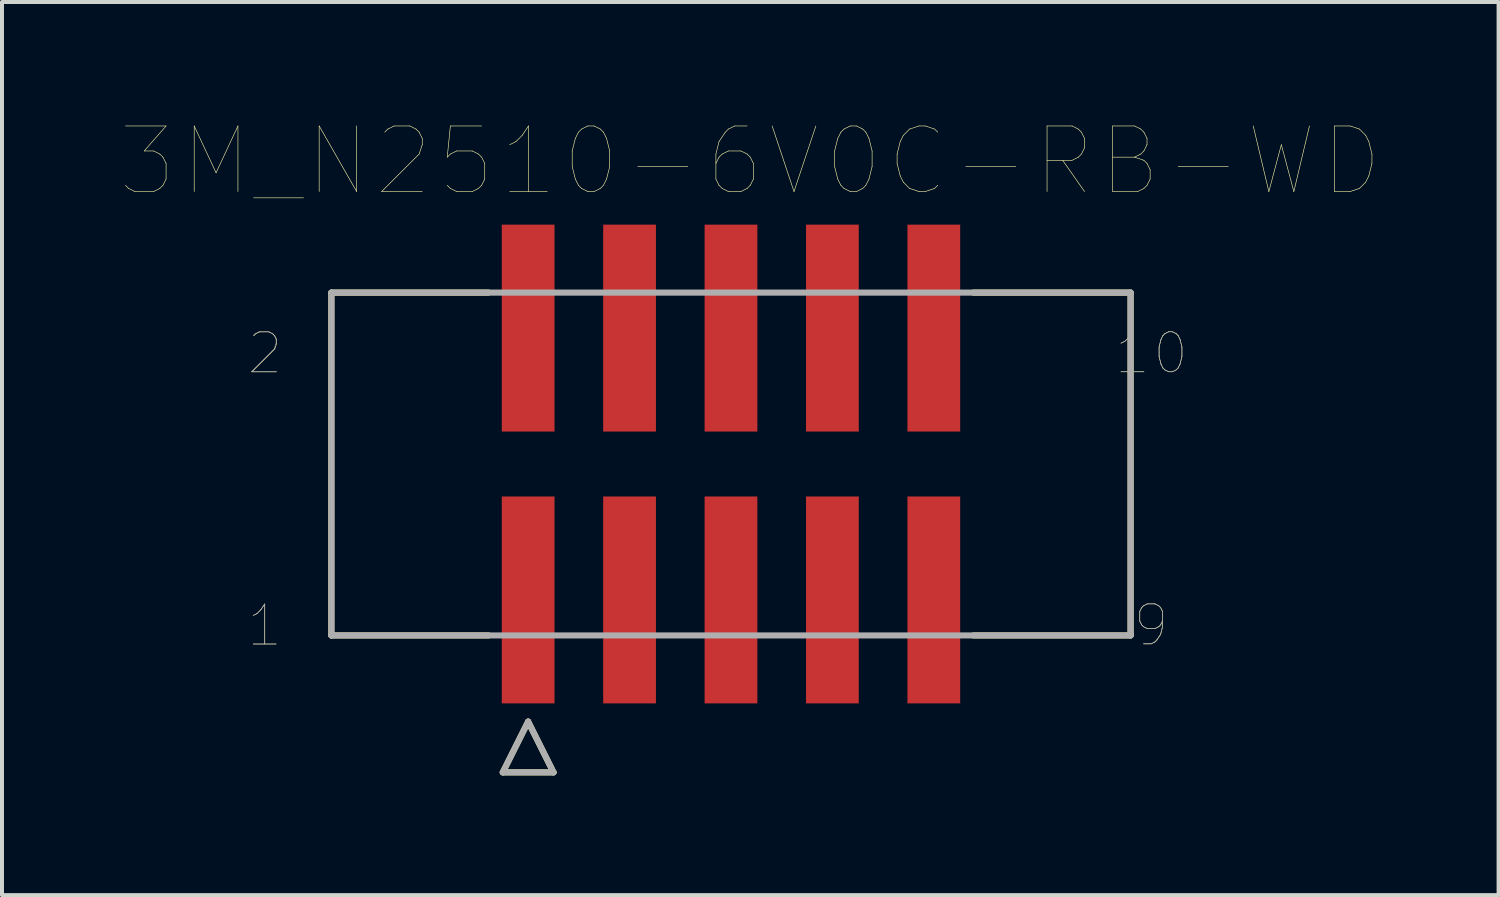
<source format=kicad_pcb>
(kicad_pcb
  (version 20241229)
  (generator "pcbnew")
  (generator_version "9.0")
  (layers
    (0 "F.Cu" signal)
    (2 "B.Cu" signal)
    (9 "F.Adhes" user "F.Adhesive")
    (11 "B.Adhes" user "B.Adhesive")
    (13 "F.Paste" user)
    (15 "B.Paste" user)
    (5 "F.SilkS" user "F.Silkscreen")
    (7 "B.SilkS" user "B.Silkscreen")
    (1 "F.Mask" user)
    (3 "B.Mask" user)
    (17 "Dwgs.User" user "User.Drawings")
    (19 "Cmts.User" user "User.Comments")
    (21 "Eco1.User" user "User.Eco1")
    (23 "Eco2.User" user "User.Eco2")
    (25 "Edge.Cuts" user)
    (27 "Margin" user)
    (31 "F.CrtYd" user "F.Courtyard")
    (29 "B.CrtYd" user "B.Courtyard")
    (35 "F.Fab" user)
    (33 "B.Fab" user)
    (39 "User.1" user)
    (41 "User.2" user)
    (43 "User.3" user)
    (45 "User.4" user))
  (footprint "3M_N2510-6V0C-RB-WD"
    (layer "F.Cu")
    (at 15.257 8.571)
    (property "Reference" "3M_N2510-6V0C-RB-WD" (at 0.483 -7.583 0) (layer "F.SilkS") (effects (font (size 1.643 1.643) (thickness 0.015))))
    (attr through_hole)
    (fp_line (start -10.008 -4.293) (end -10.008 4.293) (stroke (width 0.152) (type solid)) (layer "F.SilkS"))
    (fp_line (start -10.008 4.293) (end -6.071 4.293) (stroke (width 0.152) (type solid)) (layer "F.SilkS"))
    (fp_line (start -6.071 -4.293) (end -10.008 -4.293) (stroke (width 0.152) (type solid)) (layer "F.SilkS"))
    (fp_line (start -5.715 7.722) (end -5.08 6.452) (stroke (width 0.152) (type solid)) (layer "F.SilkS"))
    (fp_line (start -5.08 6.452) (end -4.445 7.722) (stroke (width 0.152) (type solid)) (layer "F.SilkS"))
    (fp_line (start -4.445 7.722) (end -5.715 7.722) (stroke (width 0.152) (type solid)) (layer "F.SilkS"))
    (fp_line (start 6.071 4.293) (end 10.008 4.293) (stroke (width 0.152) (type solid)) (layer "F.SilkS"))
    (fp_line (start 10.008 -4.293) (end 6.071 -4.293) (stroke (width 0.152) (type solid)) (layer "F.SilkS"))
    (fp_line (start 10.008 4.293) (end 10.008 -4.293) (stroke (width 0.152) (type solid)) (layer "F.SilkS"))
    (fp_line (start -10.008 -4.293) (end -10.008 4.293) (stroke (width 0.152) (type solid)) (layer "F.Fab"))
    (fp_line (start -10.008 4.293) (end 10.008 4.293) (stroke (width 0.152) (type solid)) (layer "F.Fab"))
    (fp_line (start -5.715 7.722) (end -5.08 6.452) (stroke (width 0.152) (type solid)) (layer "F.Fab"))
    (fp_line (start -5.08 6.452) (end -4.445 7.722) (stroke (width 0.152) (type solid)) (layer "F.Fab"))
    (fp_line (start -4.445 7.722) (end -5.715 7.722) (stroke (width 0.152) (type solid)) (layer "F.Fab"))
    (fp_line (start 10.008 -4.293) (end -10.008 -4.293) (stroke (width 0.152) (type solid)) (layer "F.Fab"))
    (fp_line (start 10.008 4.293) (end 10.008 -4.293) (stroke (width 0.152) (type solid)) (layer "F.Fab"))
    (fp_text user "10" (at 10.531 -2.773 0) (layer "F.SilkS") (effects (font (size 1.001 1.001) (thickness 0.015))))
    (fp_text user "9" (at 10.525 4.042 0) (layer "F.SilkS") (effects (font (size 1.001 1.001) (thickness 0.015))))
    (fp_text user "1" (at -11.681 4.046 0) (layer "F.SilkS") (effects (font (size 1.002 1.002) (thickness 0.015))))
    (fp_text user "2" (at -11.664 -2.77 0) (layer "F.SilkS") (effects (font (size 1 1) (thickness 0.015))))
    (fp_text user "1" (at -11.675 4.044 0) (layer "F.Fab") (effects (font (size 1.001 1.001) (thickness 0.015))))
    (fp_text user "2" (at -11.678 -2.773 0) (layer "F.Fab") (effects (font (size 1.002 1.002) (thickness 0.015))))
    (fp_text user "10" (at 10.531 -2.773 0) (layer "F.Fab") (effects (font (size 1.001 1.001) (thickness 0.015))))
    (fp_text user "9" (at 10.518 4.04 0) (layer "F.Fab") (effects (font (size 1 1) (thickness 0.015))))
    (pad "1" smd rect (at -5.08 3.404) (size 1.321 5.182) (layers "F.Cu" "F.Mask" "F.Paste"))
    (pad "2" smd rect (at -5.08 -3.404) (size 1.321 5.182) (layers "F.Cu" "F.Mask" "F.Paste"))
    (pad "3" smd rect (at -2.54 3.404) (size 1.321 5.182) (layers "F.Cu" "F.Mask" "F.Paste"))
    (pad "4" smd rect (at -2.54 -3.404) (size 1.321 5.182) (layers "F.Cu" "F.Mask" "F.Paste"))
    (pad "5" smd rect (at 0 3.404) (size 1.321 5.182) (layers "F.Cu" "F.Mask" "F.Paste"))
    (pad "6" smd rect (at 0 -3.404) (size 1.321 5.182) (layers "F.Cu" "F.Mask" "F.Paste"))
    (pad "7" smd rect (at 2.54 3.404) (size 1.321 5.182) (layers "F.Cu" "F.Mask" "F.Paste"))
    (pad "8" smd rect (at 2.54 -3.404) (size 1.321 5.182) (layers "F.Cu" "F.Mask" "F.Paste"))
    (pad "9" smd rect (at 5.08 3.404) (size 1.321 5.182) (layers "F.Cu" "F.Mask" "F.Paste"))
    (pad "10" smd rect (at 5.08 -3.404) (size 1.321 5.182) (layers "F.Cu" "F.Mask" "F.Paste")))
  (gr_rect
    (start -3 -3)
    (end 34.481 19.368)
    (stroke (width 0.1) (type default))
    (fill no)
    (layer "Edge.Cuts")))
</source>
